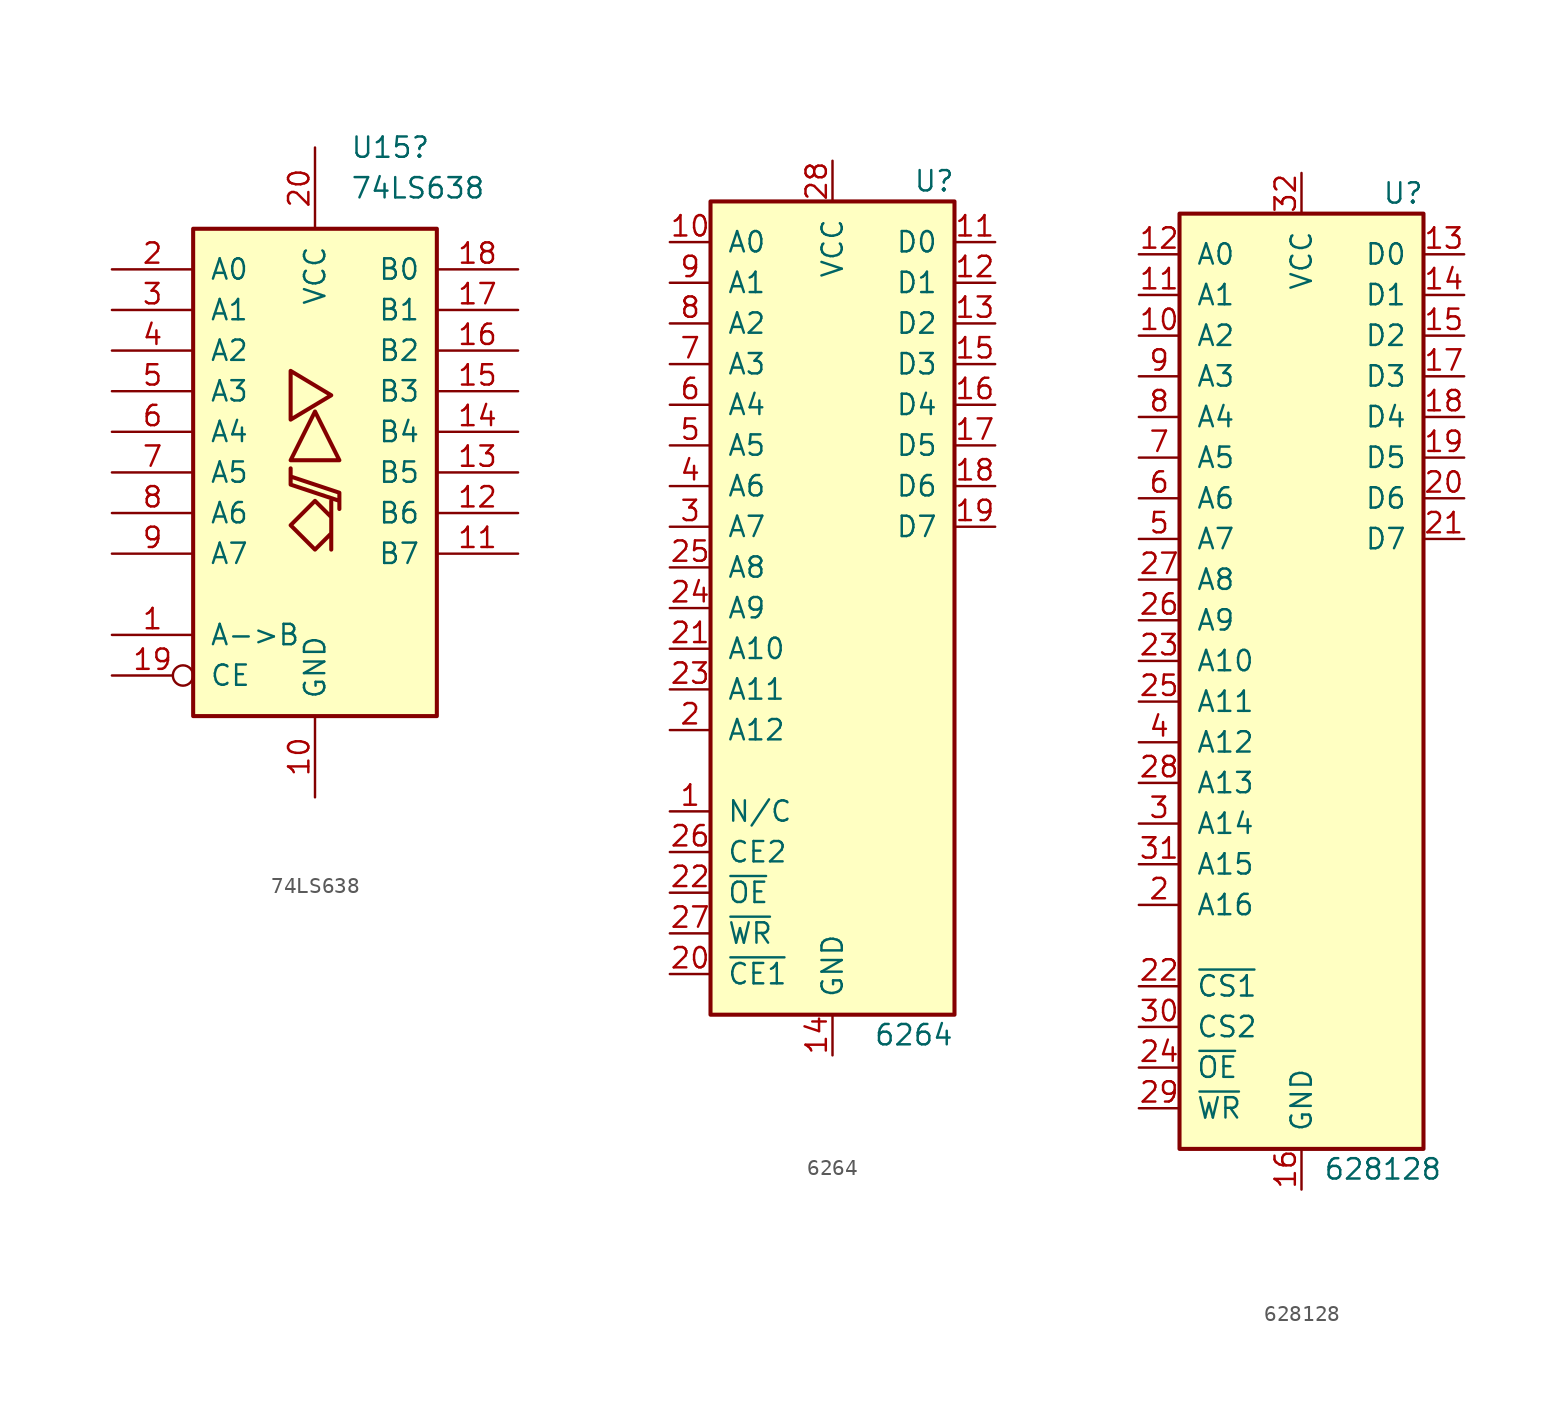
<source format=kicad_sym>
(kicad_symbol_lib
  (version 20241209)
  (generator "kicad_symbol_editor")
  (generator_version "9.0")
  (symbol "74LS638"
    (pin_names
      (offset 1.016))
    (property "Reference" "U15"
      (at 2.194 20.32 0)
      (effects (font (size 1.27 1.27)) (justify left)))
    (property "Value" "74LS638"
      (at 2.194 17.78 0)
      (effects (font (size 1.27 1.27)) (justify left)))
    (property "Description" ""
      (at 0 0 0)
      (effects (font (size 1.27 1.27))))
    (property "ki_locked" ""
      (at 0 0 0)
      (effects (font (size 1.27 1.27))))
    (symbol "74LS638_0_0"
      (polyline (pts (xy -1.524 3.302) (xy -1.524 6.35) (xy 1.016 4.826) (xy -1.524 3.302) (xy -1.524 3.302)) (stroke (width 0.254) (type default)) (fill (type background)))
      (polyline (pts (xy -1.524 0.762) (xy 1.524 0.762) (xy 0 3.81) (xy -1.524 0.762) (xy -1.524 0.762)) (stroke (width 0.254) (type default)) (fill (type background)))
      (polyline (pts (xy -1.524 -3.302) (xy 0 -4.826) (xy 1.016 -3.81) (xy 1.016 -4.826) (xy 1.016 -1.778) (xy 1.016 -2.794) (xy 0 -1.778) (xy -1.524 -3.302) (xy -1.524 -3.302)) (stroke (width 0.254) (type default)) (fill (type background)))
      (polyline (pts (xy 1.524 -2.286) (xy 1.524 -1.27) (xy -1.524 -0.254) (xy -1.524 0.254) (xy -1.524 -0.762) (xy 1.524 -1.778) (xy 1.524 -1.778)) (stroke (width 0.254) (type default)) (fill (type background))))
    (symbol "74LS638_1_0"
      (pin tri_state line (at -12.7 12.7 0) (length 5.08) (name "A0" (effects (font (size 1.27 1.27)))) (number "2" (effects (font (size 1.27 1.27)))))
      (pin tri_state line (at -12.7 10.16 0) (length 5.08) (name "A1" (effects (font (size 1.27 1.27)))) (number "3" (effects (font (size 1.27 1.27)))))
      (pin tri_state line (at -12.7 7.62 0) (length 5.08) (name "A2" (effects (font (size 1.27 1.27)))) (number "4" (effects (font (size 1.27 1.27)))))
      (pin tri_state line (at -12.7 5.08 0) (length 5.08) (name "A3" (effects (font (size 1.27 1.27)))) (number "5" (effects (font (size 1.27 1.27)))))
      (pin tri_state line (at -12.7 2.54 0) (length 5.08) (name "A4" (effects (font (size 1.27 1.27)))) (number "6" (effects (font (size 1.27 1.27)))))
      (pin tri_state line (at -12.7 0 0) (length 5.08) (name "A5" (effects (font (size 1.27 1.27)))) (number "7" (effects (font (size 1.27 1.27)))))
      (pin tri_state line (at -12.7 -2.54 0) (length 5.08) (name "A6" (effects (font (size 1.27 1.27)))) (number "8" (effects (font (size 1.27 1.27)))))
      (pin tri_state line (at -12.7 -5.08 0) (length 5.08) (name "A7" (effects (font (size 1.27 1.27)))) (number "9" (effects (font (size 1.27 1.27)))))
      (pin input line (at -12.7 -10.16 0) (length 5.08) (name "A->B" (effects (font (size 1.27 1.27)))) (number "1" (effects (font (size 1.27 1.27)))))
      (pin input inverted (at -12.7 -12.7 0) (length 5.08) (name "CE" (effects (font (size 1.27 1.27)))) (number "19" (effects (font (size 1.27 1.27)))))
      (pin power_in line (at 0 20.32 270) (length 5.08) (name "VCC" (effects (font (size 1.27 1.27)))) (number "20" (effects (font (size 1.27 1.27)))))
      (pin power_in line (at 0 -20.32 90) (length 5.08) (name "GND" (effects (font (size 1.27 1.27)))) (number "10" (effects (font (size 1.27 1.27)))))
      (pin tri_state line (at 12.7 12.7 180) (length 5.08) (name "B0" (effects (font (size 1.27 1.27)))) (number "18" (effects (font (size 1.27 1.27)))))
      (pin tri_state line (at 12.7 10.16 180) (length 5.08) (name "B1" (effects (font (size 1.27 1.27)))) (number "17" (effects (font (size 1.27 1.27)))))
      (pin tri_state line (at 12.7 7.62 180) (length 5.08) (name "B2" (effects (font (size 1.27 1.27)))) (number "16" (effects (font (size 1.27 1.27)))))
      (pin tri_state line (at 12.7 5.08 180) (length 5.08) (name "B3" (effects (font (size 1.27 1.27)))) (number "15" (effects (font (size 1.27 1.27)))))
      (pin tri_state line (at 12.7 2.54 180) (length 5.08) (name "B4" (effects (font (size 1.27 1.27)))) (number "14" (effects (font (size 1.27 1.27)))))
      (pin tri_state line (at 12.7 0 180) (length 5.08) (name "B5" (effects (font (size 1.27 1.27)))) (number "13" (effects (font (size 1.27 1.27)))))
      (pin tri_state line (at 12.7 -2.54 180) (length 5.08) (name "B6" (effects (font (size 1.27 1.27)))) (number "12" (effects (font (size 1.27 1.27)))))
      (pin tri_state line (at 12.7 -5.08 180) (length 5.08) (name "B7" (effects (font (size 1.27 1.27)))) (number "11" (effects (font (size 1.27 1.27))))))
    (symbol "74LS638_1_1"
      (rectangle (start -7.62 15.24) (end 7.62 -15.24) (stroke (width 0.254) (type default)) (fill (type background)))))
  (symbol "6264"
    (pin_names
      (offset 1.016))
    (property "Reference" "U"
      (at 6.35 26.67 0)
      (effects (font (size 1.27 1.27))))
    (property "Value" "6264"
      (at 5.08 -26.67 0)
      (effects (font (size 1.27 1.27))))
    (symbol "6264_1_1"
      (rectangle (start -7.62 25.4) (end 7.62 -25.4) (stroke (width 0.254) (type default)) (fill (type background)))
      (pin input line (at -10.16 22.86 0) (length 2.54) (name "A0" (effects (font (size 1.27 1.27)))) (number "10" (effects (font (size 1.27 1.27)))))
      (pin input line (at -10.16 20.32 0) (length 2.54) (name "A1" (effects (font (size 1.27 1.27)))) (number "9" (effects (font (size 1.27 1.27)))))
      (pin input line (at -10.16 17.78 0) (length 2.54) (name "A2" (effects (font (size 1.27 1.27)))) (number "8" (effects (font (size 1.27 1.27)))))
      (pin input line (at -10.16 15.24 0) (length 2.54) (name "A3" (effects (font (size 1.27 1.27)))) (number "7" (effects (font (size 1.27 1.27)))))
      (pin input line (at -10.16 12.7 0) (length 2.54) (name "A4" (effects (font (size 1.27 1.27)))) (number "6" (effects (font (size 1.27 1.27)))))
      (pin input line (at -10.16 10.16 0) (length 2.54) (name "A5" (effects (font (size 1.27 1.27)))) (number "5" (effects (font (size 1.27 1.27)))))
      (pin input line (at -10.16 7.62 0) (length 2.54) (name "A6" (effects (font (size 1.27 1.27)))) (number "4" (effects (font (size 1.27 1.27)))))
      (pin input line (at -10.16 5.08 0) (length 2.54) (name "A7" (effects (font (size 1.27 1.27)))) (number "3" (effects (font (size 1.27 1.27)))))
      (pin input line (at -10.16 2.54 0) (length 2.54) (name "A8" (effects (font (size 1.27 1.27)))) (number "25" (effects (font (size 1.27 1.27)))))
      (pin input line (at -10.16 0 0) (length 2.54) (name "A9" (effects (font (size 1.27 1.27)))) (number "24" (effects (font (size 1.27 1.27)))))
      (pin input line (at -10.16 -2.54 0) (length 2.54) (name "A10" (effects (font (size 1.27 1.27)))) (number "21" (effects (font (size 1.27 1.27)))))
      (pin input line (at -10.16 -5.08 0) (length 2.54) (name "A11" (effects (font (size 1.27 1.27)))) (number "23" (effects (font (size 1.27 1.27)))))
      (pin input line (at -10.16 -7.62 0) (length 2.54) (name "A12" (effects (font (size 1.27 1.27)))) (number "2" (effects (font (size 1.27 1.27)))))
      (pin unspecified line (at -10.16 -12.7 0) (length 2.54) (name "N/C" (effects (font (size 1.27 1.27)))) (number "1" (effects (font (size 1.27 1.27)))))
      (pin input line (at -10.16 -15.24 0) (length 2.54) (name "CE2" (effects (font (size 1.27 1.27)))) (number "26" (effects (font (size 1.27 1.27)))))
      (pin input line (at -10.16 -17.78 0) (length 2.54) (name "~{OE}" (effects (font (size 1.27 1.27)))) (number "22" (effects (font (size 1.27 1.27)))))
      (pin input line (at -10.16 -20.32 0) (length 2.54) (name "~{WR}" (effects (font (size 1.27 1.27)))) (number "27" (effects (font (size 1.27 1.27)))))
      (pin input line (at -10.16 -22.86 0) (length 2.54) (name "~{CE1}" (effects (font (size 1.27 1.27)))) (number "20" (effects (font (size 1.27 1.27)))))
      (pin power_in line (at 0 27.94 270) (length 2.54) (name "VCC" (effects (font (size 1.27 1.27)))) (number "28" (effects (font (size 1.27 1.27)))))
      (pin power_in line (at 0 -27.94 90) (length 2.54) (name "GND" (effects (font (size 1.27 1.27)))) (number "14" (effects (font (size 1.27 1.27)))))
      (pin tri_state line (at 10.16 22.86 180) (length 2.54) (name "D0" (effects (font (size 1.27 1.27)))) (number "11" (effects (font (size 1.27 1.27)))))
      (pin tri_state line (at 10.16 20.32 180) (length 2.54) (name "D1" (effects (font (size 1.27 1.27)))) (number "12" (effects (font (size 1.27 1.27)))))
      (pin tri_state line (at 10.16 17.78 180) (length 2.54) (name "D2" (effects (font (size 1.27 1.27)))) (number "13" (effects (font (size 1.27 1.27)))))
      (pin tri_state line (at 10.16 15.24 180) (length 2.54) (name "D3" (effects (font (size 1.27 1.27)))) (number "15" (effects (font (size 1.27 1.27)))))
      (pin tri_state line (at 10.16 12.7 180) (length 2.54) (name "D4" (effects (font (size 1.27 1.27)))) (number "16" (effects (font (size 1.27 1.27)))))
      (pin tri_state line (at 10.16 10.16 180) (length 2.54) (name "D5" (effects (font (size 1.27 1.27)))) (number "17" (effects (font (size 1.27 1.27)))))
      (pin tri_state line (at 10.16 7.62 180) (length 2.54) (name "D6" (effects (font (size 1.27 1.27)))) (number "18" (effects (font (size 1.27 1.27)))))
      (pin tri_state line (at 10.16 5.08 180) (length 2.54) (name "D7" (effects (font (size 1.27 1.27)))) (number "19" (effects (font (size 1.27 1.27)))))))
  (symbol "628128"
    (pin_names
      (offset 1.016))
    (property "Reference" "U"
      (at 6.35 30.48 0)
      (effects (font (size 1.27 1.27))))
    (property "Value" "628128"
      (at 5.08 -30.48 0)
      (effects (font (size 1.27 1.27))))
    (symbol "628128_1_1"
      (rectangle (start -7.62 29.21) (end 7.62 -29.21) (stroke (width 0.254) (type default)) (fill (type background)))
      (pin input line (at -10.16 26.67 0) (length 2.54) (name "A0" (effects (font (size 1.27 1.27)))) (number "12" (effects (font (size 1.27 1.27)))))
      (pin input line (at -10.16 24.13 0) (length 2.54) (name "A1" (effects (font (size 1.27 1.27)))) (number "11" (effects (font (size 1.27 1.27)))))
      (pin input line (at -10.16 21.59 0) (length 2.54) (name "A2" (effects (font (size 1.27 1.27)))) (number "10" (effects (font (size 1.27 1.27)))))
      (pin input line (at -10.16 19.05 0) (length 2.54) (name "A3" (effects (font (size 1.27 1.27)))) (number "9" (effects (font (size 1.27 1.27)))))
      (pin input line (at -10.16 16.51 0) (length 2.54) (name "A4" (effects (font (size 1.27 1.27)))) (number "8" (effects (font (size 1.27 1.27)))))
      (pin input line (at -10.16 13.97 0) (length 2.54) (name "A5" (effects (font (size 1.27 1.27)))) (number "7" (effects (font (size 1.27 1.27)))))
      (pin input line (at -10.16 11.43 0) (length 2.54) (name "A6" (effects (font (size 1.27 1.27)))) (number "6" (effects (font (size 1.27 1.27)))))
      (pin input line (at -10.16 8.89 0) (length 2.54) (name "A7" (effects (font (size 1.27 1.27)))) (number "5" (effects (font (size 1.27 1.27)))))
      (pin input line (at -10.16 6.35 0) (length 2.54) (name "A8" (effects (font (size 1.27 1.27)))) (number "27" (effects (font (size 1.27 1.27)))))
      (pin input line (at -10.16 3.81 0) (length 2.54) (name "A9" (effects (font (size 1.27 1.27)))) (number "26" (effects (font (size 1.27 1.27)))))
      (pin input line (at -10.16 1.27 0) (length 2.54) (name "A10" (effects (font (size 1.27 1.27)))) (number "23" (effects (font (size 1.27 1.27)))))
      (pin input line (at -10.16 -1.27 0) (length 2.54) (name "A11" (effects (font (size 1.27 1.27)))) (number "25" (effects (font (size 1.27 1.27)))))
      (pin input line (at -10.16 -3.81 0) (length 2.54) (name "A12" (effects (font (size 1.27 1.27)))) (number "4" (effects (font (size 1.27 1.27)))))
      (pin input line (at -10.16 -6.35 0) (length 2.54) (name "A13" (effects (font (size 1.27 1.27)))) (number "28" (effects (font (size 1.27 1.27)))))
      (pin input line (at -10.16 -8.89 0) (length 2.54) (name "A14" (effects (font (size 1.27 1.27)))) (number "3" (effects (font (size 1.27 1.27)))))
      (pin input line (at -10.16 -11.43 0) (length 2.54) (name "A15" (effects (font (size 1.27 1.27)))) (number "31" (effects (font (size 1.27 1.27)))))
      (pin input line (at -10.16 -13.97 0) (length 2.54) (name "A16" (effects (font (size 1.27 1.27)))) (number "2" (effects (font (size 1.27 1.27)))))
      (pin input line (at -10.16 -19.05 0) (length 2.54) (name "~{CS1}" (effects (font (size 1.27 1.27)))) (number "22" (effects (font (size 1.27 1.27)))))
      (pin input line (at -10.16 -21.59 0) (length 2.54) (name "CS2" (effects (font (size 1.27 1.27)))) (number "30" (effects (font (size 1.27 1.27)))))
      (pin input line (at -10.16 -24.13 0) (length 2.54) (name "~{OE}" (effects (font (size 1.27 1.27)))) (number "24" (effects (font (size 1.27 1.27)))))
      (pin input line (at -10.16 -26.67 0) (length 2.54) (name "~{WR}" (effects (font (size 1.27 1.27)))) (number "29" (effects (font (size 1.27 1.27)))))
      (pin power_in line (at 0 31.75 270) (length 2.54) (name "VCC" (effects (font (size 1.27 1.27)))) (number "32" (effects (font (size 1.27 1.27)))))
      (pin power_in line (at 0 -31.75 90) (length 2.54) (name "GND" (effects (font (size 1.27 1.27)))) (number "16" (effects (font (size 1.27 1.27)))))
      (pin tri_state line (at 10.16 26.67 180) (length 2.54) (name "D0" (effects (font (size 1.27 1.27)))) (number "13" (effects (font (size 1.27 1.27)))))
      (pin tri_state line (at 10.16 24.13 180) (length 2.54) (name "D1" (effects (font (size 1.27 1.27)))) (number "14" (effects (font (size 1.27 1.27)))))
      (pin tri_state line (at 10.16 21.59 180) (length 2.54) (name "D2" (effects (font (size 1.27 1.27)))) (number "15" (effects (font (size 1.27 1.27)))))
      (pin tri_state line (at 10.16 19.05 180) (length 2.54) (name "D3" (effects (font (size 1.27 1.27)))) (number "17" (effects (font (size 1.27 1.27)))))
      (pin tri_state line (at 10.16 16.51 180) (length 2.54) (name "D4" (effects (font (size 1.27 1.27)))) (number "18" (effects (font (size 1.27 1.27)))))
      (pin tri_state line (at 10.16 13.97 180) (length 2.54) (name "D5" (effects (font (size 1.27 1.27)))) (number "19" (effects (font (size 1.27 1.27)))))
      (pin tri_state line (at 10.16 11.43 180) (length 2.54) (name "D6" (effects (font (size 1.27 1.27)))) (number "20" (effects (font (size 1.27 1.27)))))
      (pin tri_state line (at 10.16 8.89 180) (length 2.54) (name "D7" (effects (font (size 1.27 1.27)))) (number "21" (effects (font (size 1.27 1.27))))))))
</source>
